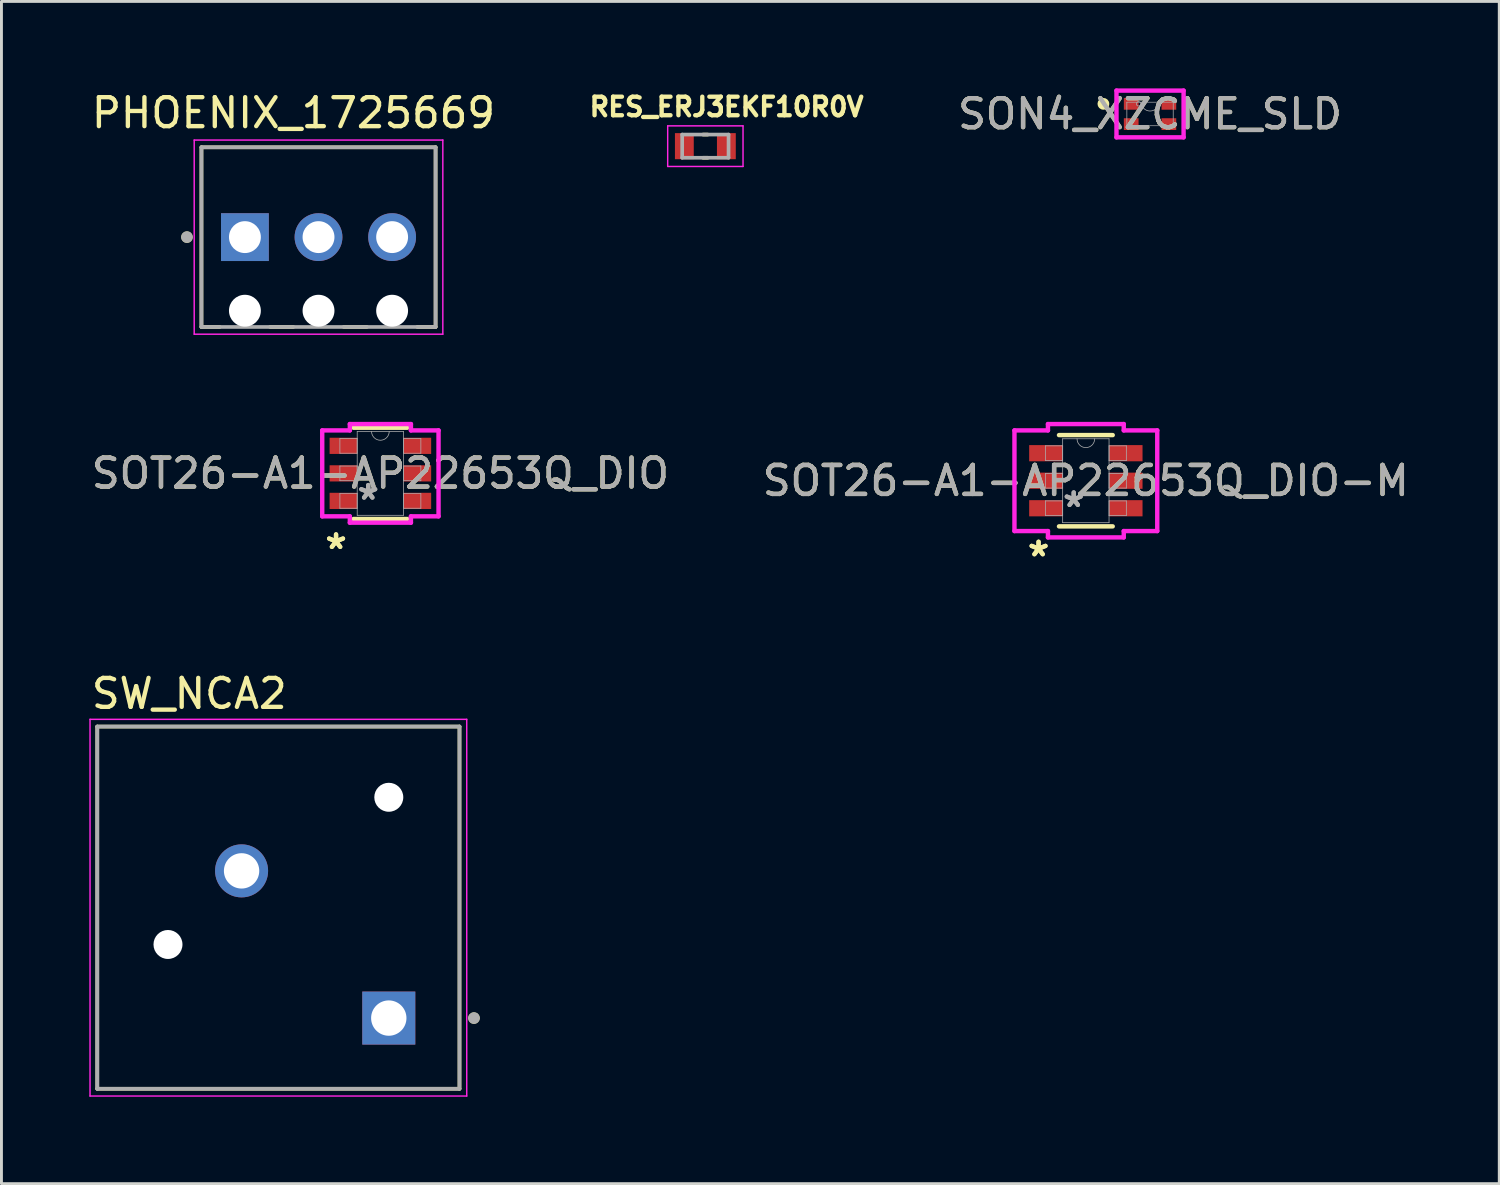
<source format=kicad_pcb>
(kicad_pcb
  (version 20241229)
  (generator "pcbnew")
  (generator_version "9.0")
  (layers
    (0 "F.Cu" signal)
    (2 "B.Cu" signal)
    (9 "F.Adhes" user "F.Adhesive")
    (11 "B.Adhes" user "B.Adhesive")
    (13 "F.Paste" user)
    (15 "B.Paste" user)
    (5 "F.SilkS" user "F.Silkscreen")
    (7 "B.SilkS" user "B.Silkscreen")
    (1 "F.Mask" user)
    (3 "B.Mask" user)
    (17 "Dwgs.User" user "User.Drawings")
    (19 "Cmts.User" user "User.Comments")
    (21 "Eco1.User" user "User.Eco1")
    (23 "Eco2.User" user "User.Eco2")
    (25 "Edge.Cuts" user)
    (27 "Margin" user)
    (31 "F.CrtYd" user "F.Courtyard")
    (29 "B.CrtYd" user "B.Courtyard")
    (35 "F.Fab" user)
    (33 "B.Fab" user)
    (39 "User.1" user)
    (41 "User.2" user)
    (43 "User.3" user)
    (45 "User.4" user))
  (footprint "SON4_XZCME_SLD"
    (layer "F.Cu")
    (at 36.638 0.883)
    (property "Reference" "SON4_XZCME_SLD" (at 0 0 0) (unlocked yes) (layer "F.SilkS") (effects (font (size 1 1) (thickness 0.15))))
    (attr smd)
    (fp_circle (center -1.61 -0.35) (end -1.483 -0.35) (stroke (width 0.152) (type solid)) (fill no) (layer "F.SilkS"))
    (fp_line (start -1.158 -0.807) (end -1.158 0.807) (stroke (width 0.152) (type solid)) (layer "F.CrtYd"))
    (fp_line (start -1.158 0.807) (end 1.158 0.807) (stroke (width 0.152) (type solid)) (layer "F.CrtYd"))
    (fp_line (start 1.158 -0.807) (end -1.158 -0.807) (stroke (width 0.152) (type solid)) (layer "F.CrtYd"))
    (fp_line (start 1.158 0.807) (end 1.158 -0.807) (stroke (width 0.152) (type solid)) (layer "F.CrtYd"))
    (fp_line (start -0.8 -0.406) (end -0.8 0.406) (stroke (width 0.025) (type solid)) (layer "F.Fab"))
    (fp_line (start -0.8 0.406) (end 0.8 0.406) (stroke (width 0.025) (type solid)) (layer "F.Fab"))
    (fp_line (start 0.8 -0.406) (end -0.8 -0.406) (stroke (width 0.025) (type solid)) (layer "F.Fab"))
    (fp_line (start 0.8 0.406) (end 0.8 -0.406) (stroke (width 0.025) (type solid)) (layer "F.Fab"))
    (fp_arc (start 0.3048 -0.4064) (mid 0 -0.1016) (end -0.3048 -0.4064) (stroke (width 0.0254) (type solid)) (layer "F.Fab"))
    (fp_circle (center -0.396 -0.35) (end -0.32 -0.35) (stroke (width 0.025) (type solid)) (fill no) (layer "F.Fab"))
    (fp_text user "${REFERENCE}" (at 0 0 0) (unlocked yes) (layer "F.Fab") (effects (font (size 1 1) (thickness 0.15))))
    (pad "1" smd rect (at -0.65 -0.35) (size 0.508 0.406) (layers "F.Cu" "F.Mask" "F.Paste"))
    (pad "2" smd rect (at -0.65 0.35) (size 0.508 0.406) (layers "F.Cu" "F.Mask" "F.Paste"))
    (pad "3" smd rect (at 0.65 0.35) (size 0.508 0.406) (layers "F.Cu" "F.Mask" "F.Paste"))
    (pad "4" smd rect (at 0.65 -0.35) (size 0.508 0.406) (layers "F.Cu" "F.Mask" "F.Paste")))
  (footprint "PHOENIX_1725669"
    (layer "F.Cu")
    (at 3.902 8.233)
    (property "Reference" "PHOENIX_1725669" (at 3.175 -7.385 0) (layer "F.SilkS") (effects (font (size 1 1) (thickness 0.15))))
    (attr through_hole)
    (fp_line (start 0 -6.2) (end 0 0) (stroke (width 0.127) (type solid)) (layer "F.SilkS"))
    (fp_line (start 0 0) (end 0.63 0) (stroke (width 0.127) (type solid)) (layer "F.SilkS"))
    (fp_line (start 2.37 0) (end 3.17 0) (stroke (width 0.127) (type solid)) (layer "F.SilkS"))
    (fp_line (start 4.91 0) (end 5.71 0) (stroke (width 0.127) (type solid)) (layer "F.SilkS"))
    (fp_line (start 7.45 0) (end 8.08 0) (stroke (width 0.127) (type solid)) (layer "F.SilkS"))
    (fp_line (start 8.08 -6.2) (end 0 -6.2) (stroke (width 0.127) (type solid)) (layer "F.SilkS"))
    (fp_line (start 8.08 0) (end 8.08 -6.2) (stroke (width 0.127) (type solid)) (layer "F.SilkS"))
    (fp_circle (center -0.5 -3.1) (end -0.4 -3.1) (stroke (width 0.2) (type solid)) (fill no) (layer "F.SilkS"))
    (fp_line (start -0.25 -6.45) (end -0.25 0.25) (stroke (width 0.05) (type solid)) (layer "F.CrtYd"))
    (fp_line (start -0.25 0.25) (end 8.33 0.25) (stroke (width 0.05) (type solid)) (layer "F.CrtYd"))
    (fp_line (start 8.33 -6.45) (end -0.25 -6.45) (stroke (width 0.05) (type solid)) (layer "F.CrtYd"))
    (fp_line (start 8.33 0.25) (end 8.33 -6.45) (stroke (width 0.05) (type solid)) (layer "F.CrtYd"))
    (fp_line (start 0 -6.2) (end 0 0) (stroke (width 0.127) (type solid)) (layer "F.Fab"))
    (fp_line (start 0 0) (end 8.08 0) (stroke (width 0.127) (type solid)) (layer "F.Fab"))
    (fp_line (start 8.08 -6.2) (end 0 -6.2) (stroke (width 0.127) (type solid)) (layer "F.Fab"))
    (fp_line (start 8.08 0) (end 8.08 -6.2) (stroke (width 0.127) (type solid)) (layer "F.Fab"))
    (fp_circle (center -0.5 -3.1) (end -0.4 -3.1) (stroke (width 0.2) (type solid)) (fill no) (layer "F.Fab"))
    (pad "" np_thru_hole circle (at 1.5 -0.56) (size 1.1 1.1) (drill 1.1) (layers "*.Cu" "*.Mask"))
    (pad "" np_thru_hole circle (at 4.04 -0.56) (size 1.1 1.1) (drill 1.1) (layers "*.Cu" "*.Mask"))
    (pad "" np_thru_hole circle (at 6.58 -0.56) (size 1.1 1.1) (drill 1.1) (layers "*.Cu" "*.Mask"))
    (pad "1" thru_hole rect (at 1.5 -3.1) (size 1.65 1.65) (drill 1.1) (layers "*.Cu" "*.Mask"))
    (pad "2" thru_hole circle (at 4.04 -3.1) (size 1.65 1.65) (drill 1.1) (layers "*.Cu" "*.Mask"))
    (pad "3" thru_hole circle (at 6.58 -3.1) (size 1.65 1.65) (drill 1.1) (layers "*.Cu" "*.Mask")))
  (footprint "SOT26-A1-AP22653Q_DIO-M"
    (layer "F.Cu")
    (at 34.423 13.54)
    (property "Reference" "SOT26-A1-AP22653Q_DIO-M" (at 0 0 0) (unlocked yes) (layer "F.SilkS") (effects (font (size 1 1) (thickness 0.15))))
    (attr smd)
    (fp_line (start -0.927 1.575) (end 0.927 1.575) (stroke (width 0.152) (type solid)) (layer "F.SilkS"))
    (fp_line (start 0.927 -1.575) (end -0.927 -1.575) (stroke (width 0.152) (type solid)) (layer "F.SilkS"))
    (fp_line (start -2.464 -1.737) (end -1.308 -1.737) (stroke (width 0.152) (type solid)) (layer "F.CrtYd"))
    (fp_line (start -2.464 1.737) (end -2.464 -1.737) (stroke (width 0.152) (type solid)) (layer "F.CrtYd"))
    (fp_line (start -2.464 1.737) (end -1.308 1.737) (stroke (width 0.152) (type solid)) (layer "F.CrtYd"))
    (fp_line (start -1.308 -1.956) (end 1.308 -1.956) (stroke (width 0.152) (type solid)) (layer "F.CrtYd"))
    (fp_line (start -1.308 -1.737) (end -1.308 -1.956) (stroke (width 0.152) (type solid)) (layer "F.CrtYd"))
    (fp_line (start -1.308 1.956) (end -1.308 1.737) (stroke (width 0.152) (type solid)) (layer "F.CrtYd"))
    (fp_line (start 1.308 -1.956) (end 1.308 -1.737) (stroke (width 0.152) (type solid)) (layer "F.CrtYd"))
    (fp_line (start 1.308 1.737) (end 1.308 1.956) (stroke (width 0.152) (type solid)) (layer "F.CrtYd"))
    (fp_line (start 1.308 1.956) (end -1.308 1.956) (stroke (width 0.152) (type solid)) (layer "F.CrtYd"))
    (fp_line (start 2.464 -1.737) (end 1.308 -1.737) (stroke (width 0.152) (type solid)) (layer "F.CrtYd"))
    (fp_line (start 2.464 -1.737) (end 2.464 1.737) (stroke (width 0.152) (type solid)) (layer "F.CrtYd"))
    (fp_line (start 2.464 1.737) (end 1.308 1.737) (stroke (width 0.152) (type solid)) (layer "F.CrtYd"))
    (fp_line (start -1.397 -1.204) (end -1.397 -0.696) (stroke (width 0.025) (type solid)) (layer "F.Fab"))
    (fp_line (start -1.397 -0.696) (end -0.8 -0.696) (stroke (width 0.025) (type solid)) (layer "F.Fab"))
    (fp_line (start -1.397 -0.254) (end -1.397 0.254) (stroke (width 0.025) (type solid)) (layer "F.Fab"))
    (fp_line (start -1.397 0.254) (end -0.8 0.254) (stroke (width 0.025) (type solid)) (layer "F.Fab"))
    (fp_line (start -1.397 0.696) (end -1.397 1.204) (stroke (width 0.025) (type solid)) (layer "F.Fab"))
    (fp_line (start -1.397 1.204) (end -0.8 1.204) (stroke (width 0.025) (type solid)) (layer "F.Fab"))
    (fp_line (start -0.8 -1.448) (end -0.8 1.448) (stroke (width 0.025) (type solid)) (layer "F.Fab"))
    (fp_line (start -0.8 -1.204) (end -1.397 -1.204) (stroke (width 0.025) (type solid)) (layer "F.Fab"))
    (fp_line (start -0.8 -0.696) (end -0.8 -1.204) (stroke (width 0.025) (type solid)) (layer "F.Fab"))
    (fp_line (start -0.8 -0.254) (end -1.397 -0.254) (stroke (width 0.025) (type solid)) (layer "F.Fab"))
    (fp_line (start -0.8 0.254) (end -0.8 -0.254) (stroke (width 0.025) (type solid)) (layer "F.Fab"))
    (fp_line (start -0.8 0.696) (end -1.397 0.696) (stroke (width 0.025) (type solid)) (layer "F.Fab"))
    (fp_line (start -0.8 1.204) (end -0.8 0.696) (stroke (width 0.025) (type solid)) (layer "F.Fab"))
    (fp_line (start -0.8 1.448) (end 0.8 1.448) (stroke (width 0.025) (type solid)) (layer "F.Fab"))
    (fp_line (start 0.8 -1.448) (end -0.8 -1.448) (stroke (width 0.025) (type solid)) (layer "F.Fab"))
    (fp_line (start 0.8 -1.204) (end 0.8 -0.696) (stroke (width 0.025) (type solid)) (layer "F.Fab"))
    (fp_line (start 0.8 -0.696) (end 1.397 -0.696) (stroke (width 0.025) (type solid)) (layer "F.Fab"))
    (fp_line (start 0.8 -0.254) (end 0.8 0.254) (stroke (width 0.025) (type solid)) (layer "F.Fab"))
    (fp_line (start 0.8 0.254) (end 1.397 0.254) (stroke (width 0.025) (type solid)) (layer "F.Fab"))
    (fp_line (start 0.8 0.696) (end 0.8 1.204) (stroke (width 0.025) (type solid)) (layer "F.Fab"))
    (fp_line (start 0.8 1.204) (end 1.397 1.204) (stroke (width 0.025) (type solid)) (layer "F.Fab"))
    (fp_line (start 0.8 1.448) (end 0.8 -1.448) (stroke (width 0.025) (type solid)) (layer "F.Fab"))
    (fp_line (start 1.397 -1.204) (end 0.8 -1.204) (stroke (width 0.025) (type solid)) (layer "F.Fab"))
    (fp_line (start 1.397 -0.696) (end 1.397 -1.204) (stroke (width 0.025) (type solid)) (layer "F.Fab"))
    (fp_line (start 1.397 -0.254) (end 0.8 -0.254) (stroke (width 0.025) (type solid)) (layer "F.Fab"))
    (fp_line (start 1.397 0.254) (end 1.397 -0.254) (stroke (width 0.025) (type solid)) (layer "F.Fab"))
    (fp_line (start 1.397 0.696) (end 0.8 0.696) (stroke (width 0.025) (type solid)) (layer "F.Fab"))
    (fp_line (start 1.397 1.204) (end 1.397 0.696) (stroke (width 0.025) (type solid)) (layer "F.Fab"))
    (fp_arc (start 0.3048 -1.4478) (mid 0 -1.143) (end -0.3048 -1.4478) (stroke (width 0.0254) (type solid)) (layer "F.Fab"))
    (fp_text user "*" (at -1.632 2.652 0) (unlocked yes) (layer "F.SilkS") (effects (font (size 1 1) (thickness 0.15))))
    (fp_text user "*" (at -1.632 2.652 0) (layer "F.SilkS") (effects (font (size 1 1) (thickness 0.15))))
    (fp_text user "*" (at -0.419 0.95 0) (unlocked yes) (layer "F.Fab") (effects (font (size 1 1) (thickness 0.15))))
    (fp_text user "${REFERENCE}" (at 0 0 0) (unlocked yes) (layer "F.Fab") (effects (font (size 1 1) (thickness 0.15))))
    (fp_text user "*" (at -0.419 0.95 0) (layer "F.Fab") (effects (font (size 1 1) (thickness 0.15))))
    (pad "1" smd rect (at -1.378 0.95) (size 1.156 0.559) (layers "F.Cu" "F.Mask" "F.Paste"))
    (pad "2" smd rect (at -1.378 0) (size 1.156 0.559) (layers "F.Cu" "F.Mask" "F.Paste"))
    (pad "3" smd rect (at -1.378 -0.95) (size 1.156 0.559) (layers "F.Cu" "F.Mask" "F.Paste"))
    (pad "4" smd rect (at 1.378 -0.95) (size 1.156 0.559) (layers "F.Cu" "F.Mask" "F.Paste"))
    (pad "5" smd rect (at 1.378 0) (size 1.156 0.559) (layers "F.Cu" "F.Mask" "F.Paste"))
    (pad "6" smd rect (at 1.378 0.95) (size 1.156 0.559) (layers "F.Cu" "F.Mask" "F.Paste")))
  (footprint "RES_ERJ3EKF10R0V"
    (layer "F.Cu")
    (at 21.292 1.994)
    (property "Reference" "RES_ERJ3EKF10R0V" (at 0.732 -1.356 0) (layer "F.SilkS") (effects (font (size 0.64 0.64) (thickness 0.15))))
    (attr smd)
    (fp_line (start -0.08 -0.4) (end 0.08 -0.4) (stroke (width 0.127) (type solid)) (layer "F.SilkS"))
    (fp_line (start -0.08 0.4) (end 0.08 0.4) (stroke (width 0.127) (type solid)) (layer "F.SilkS"))
    (fp_line (start -1.3 -0.7) (end -1.3 0.7) (stroke (width 0.05) (type solid)) (layer "F.CrtYd"))
    (fp_line (start -1.3 0.7) (end 1.3 0.7) (stroke (width 0.05) (type solid)) (layer "F.CrtYd"))
    (fp_line (start 1.3 -0.7) (end -1.3 -0.7) (stroke (width 0.05) (type solid)) (layer "F.CrtYd"))
    (fp_line (start 1.3 0.7) (end 1.3 -0.7) (stroke (width 0.05) (type solid)) (layer "F.CrtYd"))
    (fp_line (start -0.8 -0.4) (end -0.8 0.4) (stroke (width 0.127) (type solid)) (layer "F.Fab"))
    (fp_line (start -0.8 -0.4) (end 0.8 -0.4) (stroke (width 0.127) (type solid)) (layer "F.Fab"))
    (fp_line (start -0.8 0.4) (end 0.8 0.4) (stroke (width 0.127) (type solid)) (layer "F.Fab"))
    (fp_line (start 0.8 -0.4) (end 0.8 0.4) (stroke (width 0.127) (type solid)) (layer "F.Fab"))
    (pad "1" smd rect (at -0.725 0) (size 0.65 0.9) (layers "F.Cu" "F.Mask" "F.Paste"))
    (pad "2" smd rect (at 0.725 0) (size 0.65 0.9) (layers "F.Cu" "F.Mask" "F.Paste")))
  (footprint "SOT26-A1-AP22653Q_DIO"
    (layer "F.Cu")
    (at 10.077 13.286)
    (property "Reference" "SOT26-A1-AP22653Q_DIO" (at 0 0 0) (unlocked yes) (layer "F.SilkS") (effects (font (size 1 1) (thickness 0.15))))
    (attr smd)
    (fp_line (start -0.927 1.575) (end 0.927 1.575) (stroke (width 0.152) (type solid)) (layer "F.SilkS"))
    (fp_line (start 0.927 -1.575) (end -0.927 -1.575) (stroke (width 0.152) (type solid)) (layer "F.SilkS"))
    (fp_line (start -2.007 -1.483) (end -1.054 -1.483) (stroke (width 0.152) (type solid)) (layer "F.CrtYd"))
    (fp_line (start -2.007 1.483) (end -2.007 -1.483) (stroke (width 0.152) (type solid)) (layer "F.CrtYd"))
    (fp_line (start -2.007 1.483) (end -1.054 1.483) (stroke (width 0.152) (type solid)) (layer "F.CrtYd"))
    (fp_line (start -1.054 -1.702) (end 1.054 -1.702) (stroke (width 0.152) (type solid)) (layer "F.CrtYd"))
    (fp_line (start -1.054 -1.483) (end -1.054 -1.702) (stroke (width 0.152) (type solid)) (layer "F.CrtYd"))
    (fp_line (start -1.054 1.702) (end -1.054 1.483) (stroke (width 0.152) (type solid)) (layer "F.CrtYd"))
    (fp_line (start 1.054 -1.702) (end 1.054 -1.483) (stroke (width 0.152) (type solid)) (layer "F.CrtYd"))
    (fp_line (start 1.054 1.483) (end 1.054 1.702) (stroke (width 0.152) (type solid)) (layer "F.CrtYd"))
    (fp_line (start 1.054 1.702) (end -1.054 1.702) (stroke (width 0.152) (type solid)) (layer "F.CrtYd"))
    (fp_line (start 2.007 -1.483) (end 1.054 -1.483) (stroke (width 0.152) (type solid)) (layer "F.CrtYd"))
    (fp_line (start 2.007 -1.483) (end 2.007 1.483) (stroke (width 0.152) (type solid)) (layer "F.CrtYd"))
    (fp_line (start 2.007 1.483) (end 1.054 1.483) (stroke (width 0.152) (type solid)) (layer "F.CrtYd"))
    (fp_line (start -1.397 -1.204) (end -1.397 -0.696) (stroke (width 0.025) (type solid)) (layer "F.Fab"))
    (fp_line (start -1.397 -0.696) (end -0.8 -0.696) (stroke (width 0.025) (type solid)) (layer "F.Fab"))
    (fp_line (start -1.397 -0.254) (end -1.397 0.254) (stroke (width 0.025) (type solid)) (layer "F.Fab"))
    (fp_line (start -1.397 0.254) (end -0.8 0.254) (stroke (width 0.025) (type solid)) (layer "F.Fab"))
    (fp_line (start -1.397 0.696) (end -1.397 1.204) (stroke (width 0.025) (type solid)) (layer "F.Fab"))
    (fp_line (start -1.397 1.204) (end -0.8 1.204) (stroke (width 0.025) (type solid)) (layer "F.Fab"))
    (fp_line (start -0.8 -1.448) (end -0.8 1.448) (stroke (width 0.025) (type solid)) (layer "F.Fab"))
    (fp_line (start -0.8 -1.204) (end -1.397 -1.204) (stroke (width 0.025) (type solid)) (layer "F.Fab"))
    (fp_line (start -0.8 -0.696) (end -0.8 -1.204) (stroke (width 0.025) (type solid)) (layer "F.Fab"))
    (fp_line (start -0.8 -0.254) (end -1.397 -0.254) (stroke (width 0.025) (type solid)) (layer "F.Fab"))
    (fp_line (start -0.8 0.254) (end -0.8 -0.254) (stroke (width 0.025) (type solid)) (layer "F.Fab"))
    (fp_line (start -0.8 0.696) (end -1.397 0.696) (stroke (width 0.025) (type solid)) (layer "F.Fab"))
    (fp_line (start -0.8 1.204) (end -0.8 0.696) (stroke (width 0.025) (type solid)) (layer "F.Fab"))
    (fp_line (start -0.8 1.448) (end 0.8 1.448) (stroke (width 0.025) (type solid)) (layer "F.Fab"))
    (fp_line (start 0.8 -1.448) (end -0.8 -1.448) (stroke (width 0.025) (type solid)) (layer "F.Fab"))
    (fp_line (start 0.8 -1.204) (end 0.8 -0.696) (stroke (width 0.025) (type solid)) (layer "F.Fab"))
    (fp_line (start 0.8 -0.696) (end 1.397 -0.696) (stroke (width 0.025) (type solid)) (layer "F.Fab"))
    (fp_line (start 0.8 -0.254) (end 0.8 0.254) (stroke (width 0.025) (type solid)) (layer "F.Fab"))
    (fp_line (start 0.8 0.254) (end 1.397 0.254) (stroke (width 0.025) (type solid)) (layer "F.Fab"))
    (fp_line (start 0.8 0.696) (end 0.8 1.204) (stroke (width 0.025) (type solid)) (layer "F.Fab"))
    (fp_line (start 0.8 1.204) (end 1.397 1.204) (stroke (width 0.025) (type solid)) (layer "F.Fab"))
    (fp_line (start 0.8 1.448) (end 0.8 -1.448) (stroke (width 0.025) (type solid)) (layer "F.Fab"))
    (fp_line (start 1.397 -1.204) (end 0.8 -1.204) (stroke (width 0.025) (type solid)) (layer "F.Fab"))
    (fp_line (start 1.397 -0.696) (end 1.397 -1.204) (stroke (width 0.025) (type solid)) (layer "F.Fab"))
    (fp_line (start 1.397 -0.254) (end 0.8 -0.254) (stroke (width 0.025) (type solid)) (layer "F.Fab"))
    (fp_line (start 1.397 0.254) (end 1.397 -0.254) (stroke (width 0.025) (type solid)) (layer "F.Fab"))
    (fp_line (start 1.397 0.696) (end 0.8 0.696) (stroke (width 0.025) (type solid)) (layer "F.Fab"))
    (fp_line (start 1.397 1.204) (end 1.397 0.696) (stroke (width 0.025) (type solid)) (layer "F.Fab"))
    (fp_arc (start 0.3048 -1.4478) (mid 0 -1.143) (end -0.3048 -1.4478) (stroke (width 0.0254) (type solid)) (layer "F.Fab"))
    (fp_text user "*" (at -1.53 2.652 0) (unlocked yes) (layer "F.SilkS") (effects (font (size 1 1) (thickness 0.15))))
    (fp_text user "*" (at -1.53 2.652 0) (layer "F.SilkS") (effects (font (size 1 1) (thickness 0.15))))
    (fp_text user "*" (at -0.419 0.95 0) (layer "F.Fab") (effects (font (size 1 1) (thickness 0.15))))
    (fp_text user "${REFERENCE}" (at 0 0 0) (unlocked yes) (layer "F.Fab") (effects (font (size 1 1) (thickness 0.15))))
    (fp_text user "*" (at -0.419 0.95 0) (unlocked yes) (layer "F.Fab") (effects (font (size 1 1) (thickness 0.15))))
    (pad "1" smd rect (at -1.276 0.95) (size 0.953 0.559) (layers "F.Cu" "F.Mask" "F.Paste"))
    (pad "2" smd rect (at -1.276 0) (size 0.953 0.559) (layers "F.Cu" "F.Mask" "F.Paste"))
    (pad "3" smd rect (at -1.276 -0.95) (size 0.953 0.559) (layers "F.Cu" "F.Mask" "F.Paste"))
    (pad "4" smd rect (at 1.276 -0.95) (size 0.953 0.559) (layers "F.Cu" "F.Mask" "F.Paste"))
    (pad "5" smd rect (at 1.276 0) (size 0.953 0.559) (layers "F.Cu" "F.Mask" "F.Paste"))
    (pad "6" smd rect (at 1.276 0.95) (size 0.953 0.559) (layers "F.Cu" "F.Mask" "F.Paste")))
  (footprint "SW_NCA2"
    (layer "F.Cu")
    (at 6.557 28.274)
    (property "Reference" "SW_NCA2" (at -3.075 -7.385 0) (layer "F.SilkS") (effects (font (size 1 1) (thickness 0.15))))
    (attr through_hole)
    (fp_line (start -6.25 -6.25) (end -6.25 6.25) (stroke (width 0.127) (type solid)) (layer "F.SilkS"))
    (fp_line (start -6.25 6.25) (end 6.25 6.25) (stroke (width 0.127) (type solid)) (layer "F.SilkS"))
    (fp_line (start 6.25 -6.25) (end -6.25 -6.25) (stroke (width 0.127) (type solid)) (layer "F.SilkS"))
    (fp_line (start 6.25 6.25) (end 6.25 -6.25) (stroke (width 0.127) (type solid)) (layer "F.SilkS"))
    (fp_circle (center 6.75 3.81) (end 6.85 3.81) (stroke (width 0.2) (type solid)) (fill no) (layer "F.SilkS"))
    (fp_line (start -6.5 -6.5) (end 6.5 -6.5) (stroke (width 0.05) (type solid)) (layer "F.CrtYd"))
    (fp_line (start -6.5 6.5) (end -6.5 -6.5) (stroke (width 0.05) (type solid)) (layer "F.CrtYd"))
    (fp_line (start 6.5 -6.5) (end 6.5 6.5) (stroke (width 0.05) (type solid)) (layer "F.CrtYd"))
    (fp_line (start 6.5 6.5) (end -6.5 6.5) (stroke (width 0.05) (type solid)) (layer "F.CrtYd"))
    (fp_line (start -6.25 -6.25) (end 6.25 -6.25) (stroke (width 0.127) (type solid)) (layer "F.Fab"))
    (fp_line (start -6.25 6.25) (end -6.25 -6.25) (stroke (width 0.127) (type solid)) (layer "F.Fab"))
    (fp_line (start 6.25 -6.25) (end 6.25 6.25) (stroke (width 0.127) (type solid)) (layer "F.Fab"))
    (fp_line (start 6.25 6.25) (end -6.25 6.25) (stroke (width 0.127) (type solid)) (layer "F.Fab"))
    (fp_circle (center 6.75 3.81) (end 6.85 3.81) (stroke (width 0.2) (type solid)) (fill no) (layer "F.Fab"))
    (pad "" np_thru_hole circle (at -3.81 1.27) (size 1 1) (drill 1) (layers "*.Cu" "*.Mask"))
    (pad "" np_thru_hole circle (at 3.81 -3.81) (size 1 1) (drill 1) (layers "*.Cu" "*.Mask"))
    (pad "1" thru_hole rect (at 3.81 3.81) (size 1.83 1.83) (drill 1.22) (layers "*.Cu" "*.Mask"))
    (pad "3" thru_hole circle (at -1.27 -1.27) (size 1.83 1.83) (drill 1.22) (layers "*.Cu" "*.Mask")))
  (gr_rect
    (start -3 -3)
    (end 48.69 37.799)
    (stroke (width 0.1) (type default))
    (fill no)
    (layer "Edge.Cuts")))
</source>
